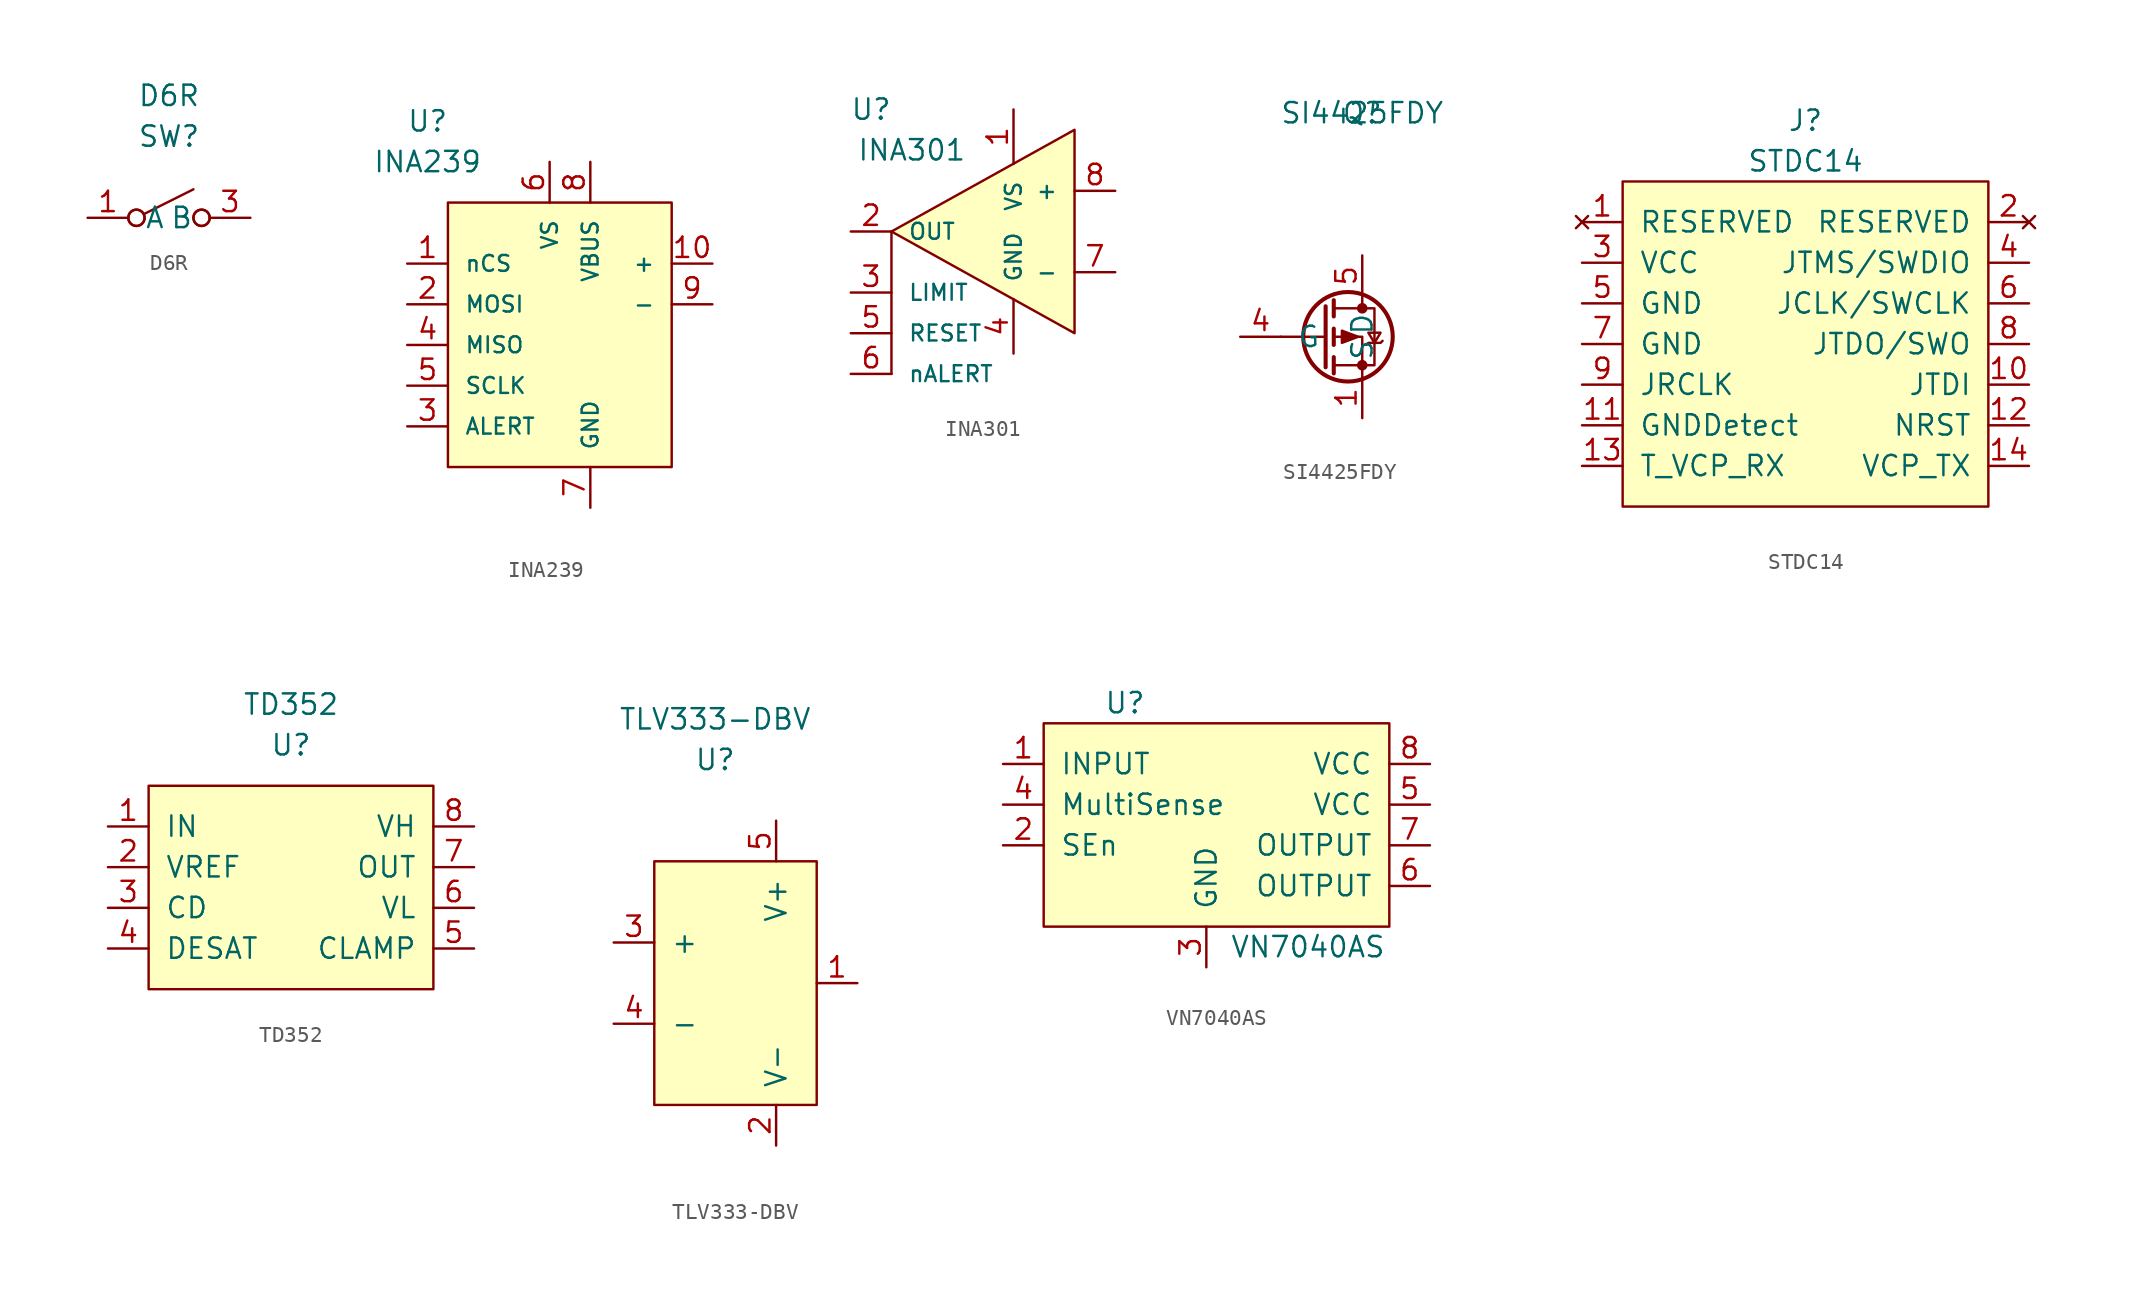
<source format=kicad_sym>
(kicad_symbol_lib
  (version 20231120)
  (generator "kicad_symbol_editor")
  (generator_version "8.0")
  (symbol "D6R"
    (pin_names
      (offset 1.016))
    (property "Reference" "SW"
      (at 0 1.27 0)
      (effects (font (size 1.27 1.27))))
    (property "Value" "D6R"
      (at 0 3.81 0)
      (effects (font (size 1.27 1.27))))
    (symbol "D6R_1_1"
      (circle (center -2.032 -3.81) (radius 0.508) (stroke (width 0) (type solid)) (fill (type none)))
      (circle (center -2.032 -3.81) (radius 0.508) (stroke (width 0) (type solid)) (fill (type none)))
      (polyline (pts (xy -1.524 -3.556) (xy 1.524 -2.032)) (stroke (width 0) (type solid)) (fill (type none)))
      (circle (center 2.032 -3.81) (radius 0.508) (stroke (width 0) (type solid)) (fill (type none)))
      (circle (center 2.032 -3.81) (radius 0.508) (stroke (width 0) (type solid)) (fill (type none)))
      (pin passive line (at -5.08 -3.81 0) (length 2.54) (name "A" (effects (font (size 1.27 1.27)))) (number "1" (effects (font (size 1.27 1.27)))))
      (pin passive line (at -5.08 -3.81 0) (length 2.54) hide (name "A" (effects (font (size 1.27 1.27)))) (number "2" (effects (font (size 1.27 1.27)))))
      (pin passive line (at 5.08 -3.81 180) (length 2.54) (name "B" (effects (font (size 1.27 1.27)))) (number "3" (effects (font (size 1.27 1.27)))))
      (pin passive line (at 5.08 -3.81 180) (length 2.54) hide (name "B" (effects (font (size 1.27 1.27)))) (number "4" (effects (font (size 1.27 1.27)))))))
  (symbol "INA239"
    (pin_names
      (offset 1.016))
    (property "Reference" "U"
      (at -8.89 13.97 0)
      (effects (font (size 1.27 1.27))))
    (property "Value" "INA239"
      (at -8.89 11.43 0)
      (effects (font (size 1.27 1.27))))
    (symbol "INA239_0_1"
      (rectangle (start -7.62 8.89) (end 6.35 -7.62) (stroke (width 0) (type solid)) (fill (type background))))
    (symbol "INA239_1_1"
      (pin input line (at -10.16 5.08 0) (length 2.54) (name "nCS" (effects (font (size 0.991 0.991)))) (number "1" (effects (font (size 1.27 1.27)))))
      (pin input line (at 8.89 5.08 180) (length 2.54) (name "+" (effects (font (size 0.991 0.991)))) (number "10" (effects (font (size 1.27 1.27)))))
      (pin input line (at -10.16 2.54 0) (length 2.54) (name "MOSI" (effects (font (size 0.991 0.991)))) (number "2" (effects (font (size 1.27 1.27)))))
      (pin output line (at -10.16 -5.08 0) (length 2.54) (name "ALERT" (effects (font (size 0.991 0.991)))) (number "3" (effects (font (size 1.27 1.27)))))
      (pin output line (at -10.16 0 0) (length 2.54) (name "MISO" (effects (font (size 0.991 0.991)))) (number "4" (effects (font (size 1.27 1.27)))))
      (pin input line (at -10.16 -2.54 0) (length 2.54) (name "SCLK" (effects (font (size 0.991 0.991)))) (number "5" (effects (font (size 1.27 1.27)))))
      (pin passive line (at -1.27 11.43 270) (length 2.54) (name "VS" (effects (font (size 0.991 0.991)))) (number "6" (effects (font (size 1.27 1.27)))))
      (pin passive line (at 1.27 -10.16 90) (length 2.54) (name "GND" (effects (font (size 0.991 0.991)))) (number "7" (effects (font (size 1.27 1.27)))))
      (pin passive line (at 1.27 11.43 270) (length 2.54) (name "VBUS" (effects (font (size 0.991 0.991)))) (number "8" (effects (font (size 1.27 1.27)))))
      (pin input line (at 8.89 2.54 180) (length 2.54) (name "-" (effects (font (size 0.991 0.991)))) (number "9" (effects (font (size 1.27 1.27)))))))
  (symbol "INA301"
    (pin_names
      (offset 1.016))
    (property "Reference" "U"
      (at -8.89 7.62 0)
      (effects (font (size 1.27 1.27))))
    (property "Value" "INA301"
      (at -6.35 5.08 0)
      (effects (font (size 1.27 1.27))))
    (symbol "INA301_0_1"
      (polyline (pts (xy -7.62 0) (xy -7.62 -8.89)) (stroke (width 0) (type solid)) (fill (type none)))
      (polyline (pts (xy 3.81 6.35) (xy -7.62 0) (xy 3.81 -6.35) (xy 3.81 6.35)) (stroke (width 0) (type solid)) (fill (type background))))
    (symbol "INA301_1_1"
      (pin power_in line (at 0 7.62 270) (length 3.404) (name "VS" (effects (font (size 0.991 0.991)))) (number "1" (effects (font (size 1.27 1.27)))))
      (pin output line (at -10.16 0 0) (length 2.54) (name "OUT" (effects (font (size 0.991 0.991)))) (number "2" (effects (font (size 1.27 1.27)))))
      (pin bidirectional line (at -10.16 -3.81 0) (length 2.54) (name "LIMIT" (effects (font (size 0.991 0.991)))) (number "3" (effects (font (size 1.27 1.27)))))
      (pin power_in line (at 0 -7.62 90) (length 3.404) (name "GND" (effects (font (size 0.991 0.991)))) (number "4" (effects (font (size 1.27 1.27)))))
      (pin input line (at -10.16 -6.35 0) (length 2.54) (name "RESET" (effects (font (size 0.991 0.991)))) (number "5" (effects (font (size 1.27 1.27)))))
      (pin output line (at -10.16 -8.89 0) (length 2.54) (name "nALERT" (effects (font (size 0.991 0.991)))) (number "6" (effects (font (size 1.27 1.27)))))
      (pin input line (at 6.35 -2.54 180) (length 2.54) (name "-" (effects (font (size 0.991 0.991)))) (number "7" (effects (font (size 1.27 1.27)))))
      (pin input line (at 6.35 2.54 180) (length 2.54) (name "+" (effects (font (size 0.991 0.991)))) (number "8" (effects (font (size 1.27 1.27)))))))
  (symbol "SI4425FDY"
    (pin_names
      (offset 1.016))
    (property "Reference" "Q"
      (at 0 13.97 0)
      (effects (font (size 1.27 1.27))))
    (property "Value" "SI4425FDY"
      (at 0 13.97 0)
      (effects (font (size 1.27 1.27))))
    (symbol "SI4425FDY_1_1"
      (circle (center -0.889 0) (radius 2.794) (stroke (width 0.254) (type solid)) (fill (type none)))
      (circle (center 0 -1.778) (radius 0.254) (stroke (width 0) (type solid)) (fill (type outline)))
      (polyline (pts (xy -2.286 0) (xy -5.08 0)) (stroke (width 0) (type solid)) (fill (type none)))
      (polyline (pts (xy -2.286 1.905) (xy -2.286 -1.905)) (stroke (width 0.254) (type solid)) (fill (type none)))
      (polyline (pts (xy -1.778 -1.27) (xy -1.778 -2.286)) (stroke (width 0.254) (type solid)) (fill (type none)))
      (polyline (pts (xy -1.778 0.508) (xy -1.778 -0.508)) (stroke (width 0.254) (type solid)) (fill (type none)))
      (polyline (pts (xy -1.778 2.286) (xy -1.778 1.27)) (stroke (width 0.254) (type solid)) (fill (type none)))
      (polyline (pts (xy 0 2.54) (xy 0 1.778)) (stroke (width 0) (type solid)) (fill (type none)))
      (polyline (pts (xy 0 -2.54) (xy 0 0) (xy -1.778 0)) (stroke (width 0) (type solid)) (fill (type none)))
      (polyline (pts (xy -1.778 1.778) (xy 0.762 1.778) (xy 0.762 -1.778) (xy -1.778 -1.778)) (stroke (width 0) (type solid)) (fill (type none)))
      (polyline (pts (xy -0.254 0) (xy -1.27 0.381) (xy -1.27 -0.381) (xy -0.254 0)) (stroke (width 0) (type solid)) (fill (type outline)))
      (polyline (pts (xy 0.254 -0.508) (xy 0.381 -0.381) (xy 1.143 -0.381) (xy 1.27 -0.254)) (stroke (width 0) (type solid)) (fill (type none)))
      (polyline (pts (xy 0.762 -0.381) (xy 0.381 0.254) (xy 1.143 0.254) (xy 0.762 -0.381)) (stroke (width 0) (type solid)) (fill (type none)))
      (circle (center 0 1.778) (radius 0.254) (stroke (width 0) (type solid)) (fill (type outline)))
      (pin passive line (at 0 -5.08 90) (length 2.54) (name "S" (effects (font (size 1.27 1.27)))) (number "1" (effects (font (size 1.27 1.27)))))
      (pin passive line (at 0 -5.08 90) (length 2.54) hide (name "S" (effects (font (size 1.27 1.27)))) (number "2" (effects (font (size 1.27 1.27)))))
      (pin passive line (at 0 -5.08 90) (length 2.54) hide (name "S" (effects (font (size 1.27 1.27)))) (number "3" (effects (font (size 1.27 1.27)))))
      (pin passive line (at -7.62 0 0) (length 2.54) (name "G" (effects (font (size 1.27 1.27)))) (number "4" (effects (font (size 1.27 1.27)))))
      (pin passive line (at 0 5.08 270) (length 2.54) (name "D" (effects (font (size 1.27 1.27)))) (number "5" (effects (font (size 1.27 1.27)))))
      (pin passive line (at 0 5.08 270) (length 2.54) hide (name "D" (effects (font (size 1.27 1.27)))) (number "6" (effects (font (size 1.27 1.27)))))
      (pin passive line (at 0 5.08 270) (length 2.54) hide (name "D" (effects (font (size 1.27 1.27)))) (number "7" (effects (font (size 1.27 1.27)))))
      (pin passive line (at 0 5.08 270) (length 2.54) hide (name "D" (effects (font (size 1.27 1.27)))) (number "8" (effects (font (size 1.27 1.27)))))))
  (symbol "STDC14"
    (pin_names
      (offset 1.016))
    (property "Reference" "J"
      (at 0 0 0)
      (effects (font (size 1.27 1.27))))
    (property "Value" "STDC14"
      (at 0 -2.54 0)
      (effects (font (size 1.27 1.27))))
    (symbol "STDC14_0_1"
      (rectangle (start -11.43 -3.81) (end 11.43 -24.13) (stroke (width 0) (type solid)) (fill (type background))))
    (symbol "STDC14_1_1"
      (pin no_connect line (at -13.97 -6.35 0) (length 2.54) (name "RESERVED" (effects (font (size 1.27 1.27)))) (number "1" (effects (font (size 1.27 1.27)))))
      (pin input line (at 13.97 -16.51 180) (length 2.54) (name "JTDI" (effects (font (size 1.27 1.27)))) (number "10" (effects (font (size 1.27 1.27)))))
      (pin unspecified line (at -13.97 -19.05 0) (length 2.54) (name "GNDDetect" (effects (font (size 1.27 1.27)))) (number "11" (effects (font (size 1.27 1.27)))))
      (pin input line (at 13.97 -19.05 180) (length 2.54) (name "NRST" (effects (font (size 1.27 1.27)))) (number "12" (effects (font (size 1.27 1.27)))))
      (pin input line (at -13.97 -21.59 0) (length 2.54) (name "T_VCP_RX" (effects (font (size 1.27 1.27)))) (number "13" (effects (font (size 1.27 1.27)))))
      (pin output line (at 13.97 -21.59 180) (length 2.54) (name "VCP_TX" (effects (font (size 1.27 1.27)))) (number "14" (effects (font (size 1.27 1.27)))))
      (pin no_connect line (at 13.97 -6.35 180) (length 2.54) (name "RESERVED" (effects (font (size 1.27 1.27)))) (number "2" (effects (font (size 1.27 1.27)))))
      (pin power_out line (at -13.97 -8.89 0) (length 2.54) (name "VCC" (effects (font (size 1.27 1.27)))) (number "3" (effects (font (size 1.27 1.27)))))
      (pin bidirectional line (at 13.97 -8.89 180) (length 2.54) (name "JTMS/SWDIO" (effects (font (size 1.27 1.27)))) (number "4" (effects (font (size 1.27 1.27)))))
      (pin power_in line (at -13.97 -11.43 0) (length 2.54) (name "GND" (effects (font (size 1.27 1.27)))) (number "5" (effects (font (size 1.27 1.27)))))
      (pin input line (at 13.97 -11.43 180) (length 2.54) (name "JCLK/SWCLK" (effects (font (size 1.27 1.27)))) (number "6" (effects (font (size 1.27 1.27)))))
      (pin power_in line (at -13.97 -13.97 0) (length 2.54) (name "GND" (effects (font (size 1.27 1.27)))) (number "7" (effects (font (size 1.27 1.27)))))
      (pin output line (at 13.97 -13.97 180) (length 2.54) (name "JTDO/SWO" (effects (font (size 1.27 1.27)))) (number "8" (effects (font (size 1.27 1.27)))))
      (pin input line (at -13.97 -16.51 0) (length 2.54) (name "JRCLK" (effects (font (size 1.27 1.27)))) (number "9" (effects (font (size 1.27 1.27)))))))
  (symbol "TD352"
    (pin_names
      (offset 1.016))
    (property "Reference" "U"
      (at 0 7.62 0)
      (effects (font (size 1.27 1.27))))
    (property "Value" "TD352"
      (at 0 10.16 0)
      (effects (font (size 1.27 1.27))))
    (symbol "TD352_0_1"
      (rectangle (start -8.89 5.08) (end 8.89 -7.62) (stroke (width 0) (type solid)) (fill (type background))))
    (symbol "TD352_1_1"
      (pin input line (at -11.43 2.54 0) (length 2.54) (name "IN" (effects (font (size 1.27 1.27)))) (number "1" (effects (font (size 1.27 1.27)))))
      (pin input line (at -11.43 0 0) (length 2.54) (name "VREF" (effects (font (size 1.27 1.27)))) (number "2" (effects (font (size 1.27 1.27)))))
      (pin input line (at -11.43 -2.54 0) (length 2.54) (name "CD" (effects (font (size 1.27 1.27)))) (number "3" (effects (font (size 1.27 1.27)))))
      (pin input line (at -11.43 -5.08 0) (length 2.54) (name "DESAT" (effects (font (size 1.27 1.27)))) (number "4" (effects (font (size 1.27 1.27)))))
      (pin output line (at 11.43 -5.08 180) (length 2.54) (name "CLAMP" (effects (font (size 1.27 1.27)))) (number "5" (effects (font (size 1.27 1.27)))))
      (pin power_in line (at 11.43 -2.54 180) (length 2.54) (name "VL" (effects (font (size 1.27 1.27)))) (number "6" (effects (font (size 1.27 1.27)))))
      (pin output line (at 11.43 0 180) (length 2.54) (name "OUT" (effects (font (size 1.27 1.27)))) (number "7" (effects (font (size 1.27 1.27)))))
      (pin power_in line (at 11.43 2.54 180) (length 2.54) (name "VH" (effects (font (size 1.27 1.27)))) (number "8" (effects (font (size 1.27 1.27)))))))
  (symbol "TLV333-DBV"
    (pin_names
      (offset 1.016))
    (property "Reference" "U"
      (at 0 13.97 0)
      (effects (font (size 1.27 1.27))))
    (property "Value" "TLV333-DBV"
      (at 0 16.51 0)
      (effects (font (size 1.27 1.27))))
    (symbol "TLV333-DBV_0_1"
      (rectangle (start -3.81 7.62) (end 6.35 -7.62) (stroke (width 0) (type solid)) (fill (type background))))
    (symbol "TLV333-DBV_1_1"
      (pin output line (at 8.89 0 180) (length 2.54) (name "~" (effects (font (size 1.27 1.27)))) (number "1" (effects (font (size 1.27 1.27)))))
      (pin passive line (at 3.81 -10.16 90) (length 2.54) (name "V-" (effects (font (size 1.27 1.27)))) (number "2" (effects (font (size 1.27 1.27)))))
      (pin input line (at -6.35 2.54 0) (length 2.54) (name "+" (effects (font (size 1.27 1.27)))) (number "3" (effects (font (size 1.27 1.27)))))
      (pin input line (at -6.35 -2.54 0) (length 2.54) (name "-" (effects (font (size 1.27 1.27)))) (number "4" (effects (font (size 1.27 1.27)))))
      (pin passive line (at 3.81 10.16 270) (length 2.54) (name "V+" (effects (font (size 1.27 1.27)))) (number "5" (effects (font (size 1.27 1.27)))))))
  (symbol "VN7040AS"
    (pin_names
      (offset 1.016))
    (property "Reference" "U"
      (at -5.08 7.62 0)
      (effects (font (size 1.27 1.27))))
    (property "Value" "VN7040AS"
      (at 6.35 -7.62 0)
      (effects (font (size 1.27 1.27))))
    (symbol "VN7040AS_0_1"
      (rectangle (start -10.16 6.35) (end 11.43 -6.35) (stroke (width 0) (type solid)) (fill (type background))))
    (symbol "VN7040AS_1_1"
      (pin input line (at -12.7 3.81 0) (length 2.54) (name "INPUT" (effects (font (size 1.27 1.27)))) (number "1" (effects (font (size 1.27 1.27)))))
      (pin input line (at -12.7 -1.27 0) (length 2.54) (name "SEn" (effects (font (size 1.27 1.27)))) (number "2" (effects (font (size 1.27 1.27)))))
      (pin power_in line (at 0 -8.89 90) (length 2.54) (name "GND" (effects (font (size 1.27 1.27)))) (number "3" (effects (font (size 1.27 1.27)))))
      (pin output line (at -12.7 1.27 0) (length 2.54) (name "MultiSense" (effects (font (size 1.27 1.27)))) (number "4" (effects (font (size 1.27 1.27)))))
      (pin power_in line (at 13.97 1.27 180) (length 2.54) (name "VCC" (effects (font (size 1.27 1.27)))) (number "5" (effects (font (size 1.27 1.27)))))
      (pin power_out line (at 13.97 -3.81 180) (length 2.54) (name "OUTPUT" (effects (font (size 1.27 1.27)))) (number "6" (effects (font (size 1.27 1.27)))))
      (pin power_out line (at 13.97 -1.27 180) (length 2.54) (name "OUTPUT" (effects (font (size 1.27 1.27)))) (number "7" (effects (font (size 1.27 1.27)))))
      (pin power_in line (at 13.97 3.81 180) (length 2.54) (name "VCC" (effects (font (size 1.27 1.27)))) (number "8" (effects (font (size 1.27 1.27))))))))
</source>
